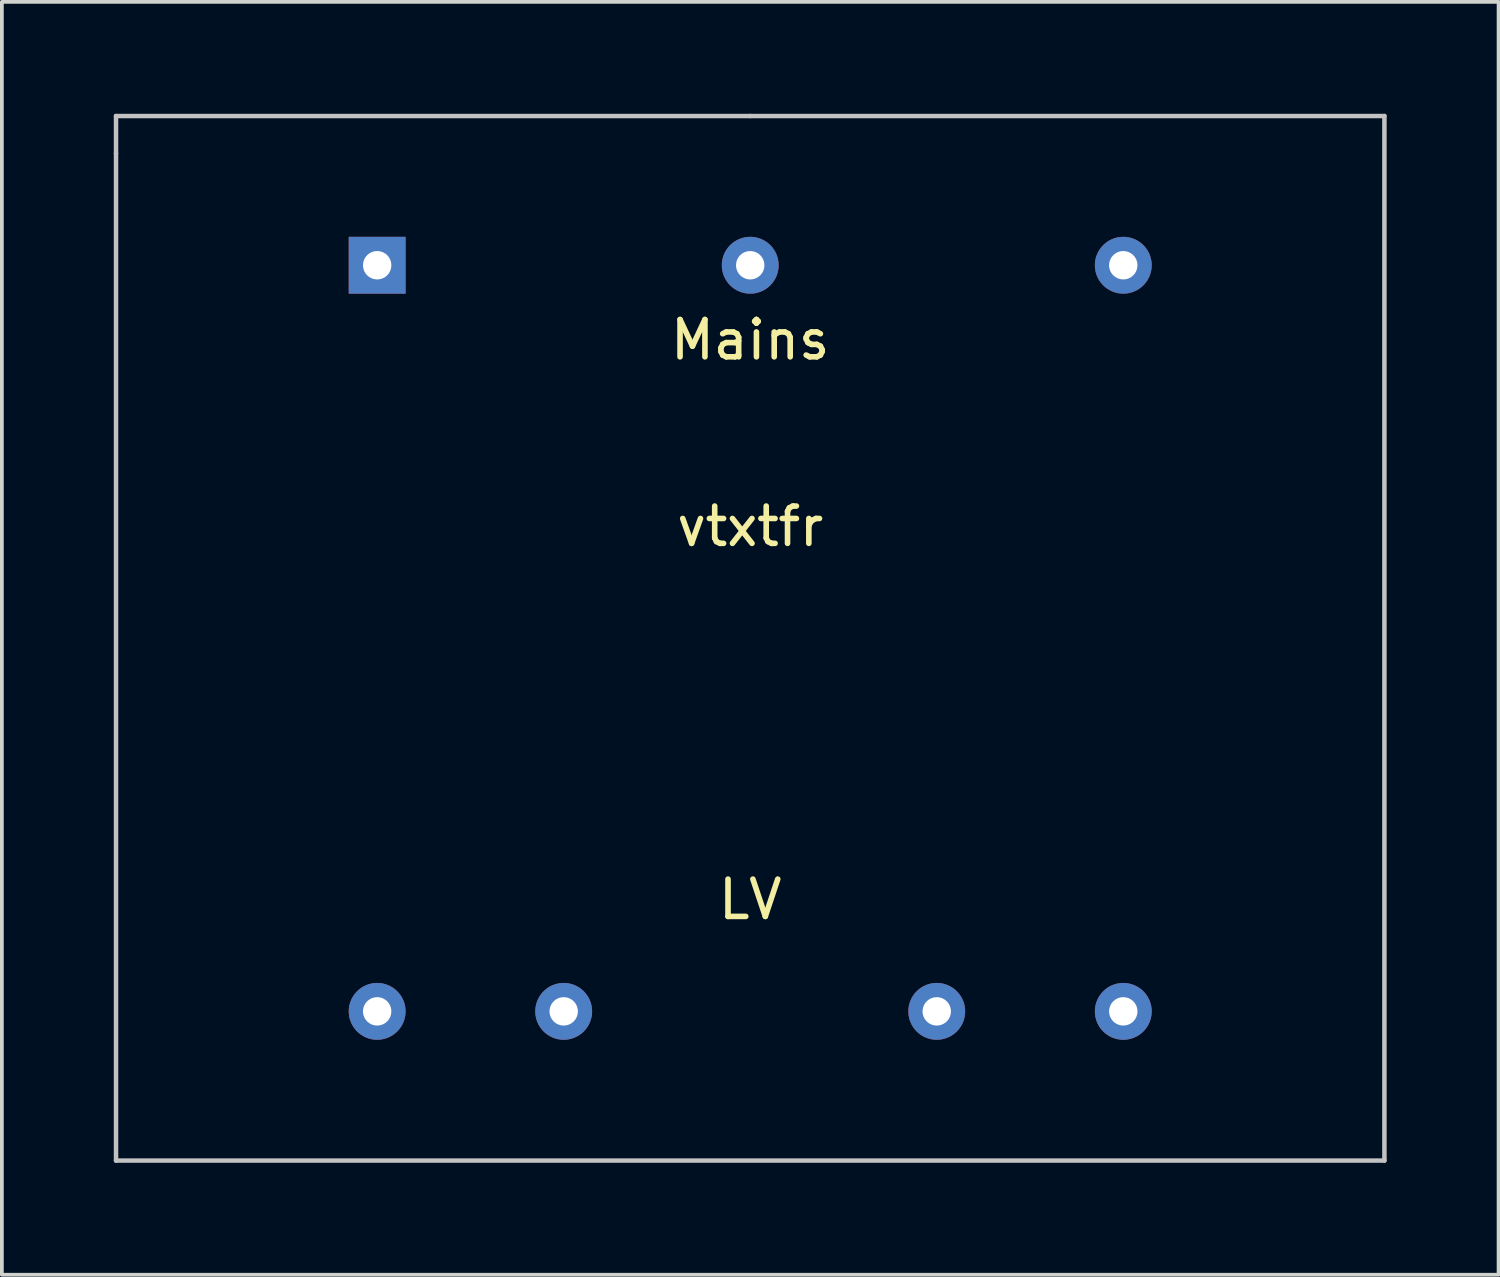
<source format=kicad_pcb>
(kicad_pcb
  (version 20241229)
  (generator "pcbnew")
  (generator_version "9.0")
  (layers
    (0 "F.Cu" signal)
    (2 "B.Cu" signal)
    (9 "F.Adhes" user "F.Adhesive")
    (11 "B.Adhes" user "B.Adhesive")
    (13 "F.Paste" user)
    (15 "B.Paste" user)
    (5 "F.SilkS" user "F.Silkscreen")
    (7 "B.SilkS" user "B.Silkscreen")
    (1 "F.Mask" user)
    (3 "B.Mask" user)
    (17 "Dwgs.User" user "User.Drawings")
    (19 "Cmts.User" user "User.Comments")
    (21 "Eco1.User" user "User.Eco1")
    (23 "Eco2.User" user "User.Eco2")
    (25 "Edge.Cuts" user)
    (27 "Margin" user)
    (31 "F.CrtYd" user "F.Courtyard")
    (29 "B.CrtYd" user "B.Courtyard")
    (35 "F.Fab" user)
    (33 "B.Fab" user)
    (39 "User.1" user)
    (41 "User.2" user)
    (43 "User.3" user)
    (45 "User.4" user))
  (footprint "vtxtfr"
    (layer "F.Cu")
    (at 17.06 14.06)
    (property "Reference" "vtxtfr" (at 0 -3 0) (layer "F.SilkS") (effects (font (size 1 1) (thickness 0.15))))
    (attr through_hole)
    (fp_line (start -17 -14) (end 0 -14) (stroke (width 0.12) (type solid)) (layer "Dwgs.User"))
    (fp_line (start -17 -13) (end -17 -14) (stroke (width 0.12) (type solid)) (layer "Dwgs.User"))
    (fp_line (start -17 14) (end -17 -13) (stroke (width 0.12) (type solid)) (layer "Dwgs.User"))
    (fp_line (start 0 -14) (end 17 -14) (stroke (width 0.12) (type solid)) (layer "Dwgs.User"))
    (fp_line (start 17 -14) (end 17 14) (stroke (width 0.12) (type solid)) (layer "Dwgs.User"))
    (fp_line (start 17 14) (end -17 14) (stroke (width 0.12) (type solid)) (layer "Dwgs.User"))
    (fp_text user "Mains" (at 0 -8 0) (layer "F.SilkS") (effects (font (size 1 1) (thickness 0.15))))
    (fp_text user "LV" (at 0 7 0) (layer "F.SilkS") (effects (font (size 1 1) (thickness 0.15))))
    (pad "1" thru_hole rect (at -10 -10) (size 1.524 1.524) (drill 0.762) (layers "*.Cu" "*.Mask"))
    (pad "2" thru_hole circle (at 10 -10) (size 1.524 1.524) (drill 0.762) (layers "*.Cu" "*.Mask"))
    (pad "3" thru_hole circle (at 10 10) (size 1.524 1.524) (drill 0.762) (layers "*.Cu" "*.Mask"))
    (pad "4" thru_hole circle (at 5 10) (size 1.524 1.524) (drill 0.762) (layers "*.Cu" "*.Mask"))
    (pad "5" thru_hole circle (at -5 10) (size 1.524 1.524) (drill 0.762) (layers "*.Cu" "*.Mask"))
    (pad "6" thru_hole circle (at -10 10) (size 1.524 1.524) (drill 0.762) (layers "*.Cu" "*.Mask"))
    (pad "7" thru_hole circle (at 0 -10) (size 1.524 1.524) (drill 0.762) (layers "*.Cu" "*.Mask")))
  (gr_rect
    (start -3 -3)
    (end 37.12 31.12)
    (stroke (width 0.1) (type default))
    (fill no)
    (layer "Edge.Cuts")))
</source>
